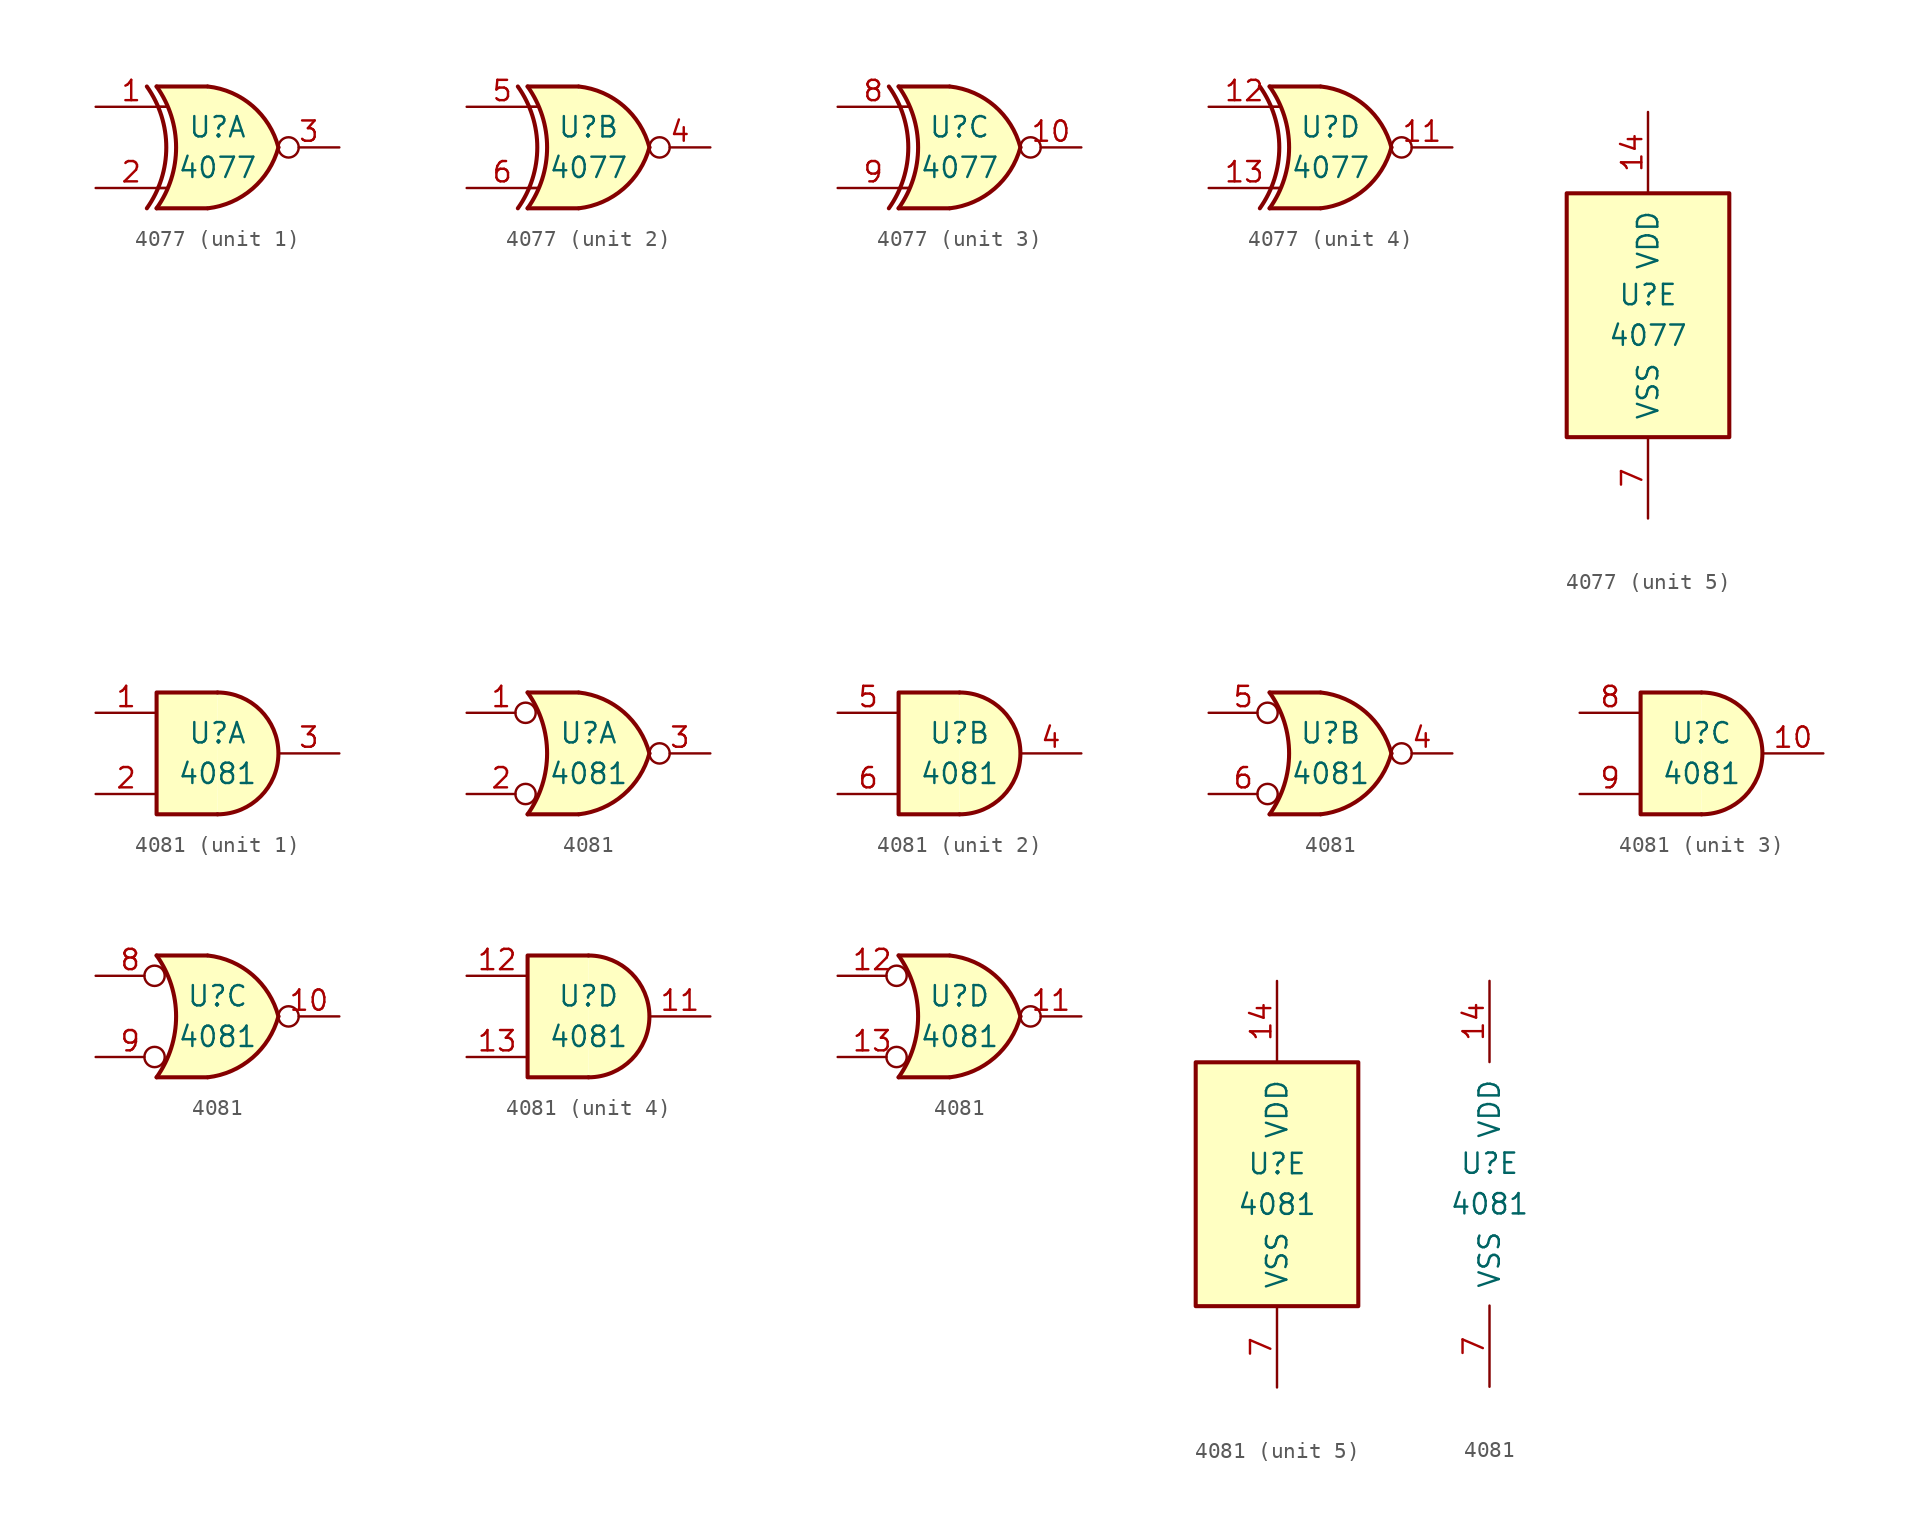
<source format=kicad_sym>
(kicad_symbol_lib
  (version 20241209)
  (generator "kicad_symbol_editor")
  (generator_version "9.0")
  (symbol "4077"
    (pin_names
      (offset 1.016))
    (property "Reference" "U"
      (at 0 1.27 0)
      (effects (font (size 1.27 1.27))))
    (property "Value" "4077"
      (at 0 -1.27 0)
      (effects (font (size 1.27 1.27))))
    (property "ki_locked" ""
      (at 0 0 0)
      (effects (font (size 1.27 1.27))))
    (symbol "4077_1_0"
      (arc (start -4.4196 3.81) (mid -3.2033 0) (end -4.4196 -3.81) (stroke (width 0.254) (type default)) (fill (type none)))
      (arc (start -3.81 3.81) (mid -2.589 0) (end -3.81 -3.81) (stroke (width 0.254) (type default)) (fill (type none)))
      (polyline (pts (xy -3.81 3.81) (xy -0.635 3.81)) (stroke (width 0.254) (type default)) (fill (type background)))
      (polyline (pts (xy -3.81 -3.81) (xy -0.635 -3.81)) (stroke (width 0.254) (type default)) (fill (type background)))
      (arc (start 3.81 0) (mid 2.1855 -2.584) (end -0.6096 -3.81) (stroke (width 0.254) (type default)) (fill (type background)))
      (arc (start -0.6096 3.81) (mid 2.1928 2.5924) (end 3.81 0) (stroke (width 0.254) (type default)) (fill (type background)))
      (polyline (pts (xy -0.635 3.81) (xy -3.81 3.81) (xy -3.81 3.81) (xy -3.556 3.404) (xy -3.023 2.261) (xy -2.692 1.041) (xy -2.616 -0.254) (xy -2.769 -1.499) (xy -3.175 -2.718) (xy -3.81 -3.81) (xy -3.81 -3.81) (xy -0.635 -3.81)) (stroke (width -25.4) (type default)) (fill (type background)))
      (pin input line (at -7.62 2.54 0) (length 4.445) (name "~" (effects (font (size 1.27 1.27)))) (number "1" (effects (font (size 1.27 1.27)))))
      (pin input line (at -7.62 -2.54 0) (length 4.445) (name "~" (effects (font (size 1.27 1.27)))) (number "2" (effects (font (size 1.27 1.27)))))
      (pin output inverted (at 7.62 0 180) (length 3.81) (name "~" (effects (font (size 1.27 1.27)))) (number "3" (effects (font (size 1.27 1.27))))))
    (symbol "4077_1_1"
      (polyline (pts (xy -3.81 2.54) (xy -3.175 2.54)) (stroke (width 0.152) (type default)) (fill (type none)))
      (polyline (pts (xy -3.81 -2.54) (xy -3.175 -2.54)) (stroke (width 0.152) (type default)) (fill (type none))))
    (symbol "4077_2_0"
      (arc (start -4.4196 3.81) (mid -3.2033 0) (end -4.4196 -3.81) (stroke (width 0.254) (type default)) (fill (type none)))
      (arc (start -3.81 3.81) (mid -2.589 0) (end -3.81 -3.81) (stroke (width 0.254) (type default)) (fill (type none)))
      (polyline (pts (xy -3.81 3.81) (xy -0.635 3.81)) (stroke (width 0.254) (type default)) (fill (type background)))
      (polyline (pts (xy -3.81 -3.81) (xy -0.635 -3.81)) (stroke (width 0.254) (type default)) (fill (type background)))
      (arc (start 3.81 0) (mid 2.1855 -2.584) (end -0.6096 -3.81) (stroke (width 0.254) (type default)) (fill (type background)))
      (arc (start -0.6096 3.81) (mid 2.1928 2.5924) (end 3.81 0) (stroke (width 0.254) (type default)) (fill (type background)))
      (polyline (pts (xy -0.635 3.81) (xy -3.81 3.81) (xy -3.81 3.81) (xy -3.556 3.404) (xy -3.023 2.261) (xy -2.692 1.041) (xy -2.616 -0.254) (xy -2.769 -1.499) (xy -3.175 -2.718) (xy -3.81 -3.81) (xy -3.81 -3.81) (xy -0.635 -3.81)) (stroke (width -25.4) (type default)) (fill (type background)))
      (pin input line (at -7.62 2.54 0) (length 4.445) (name "~" (effects (font (size 1.27 1.27)))) (number "5" (effects (font (size 1.27 1.27)))))
      (pin input line (at -7.62 -2.54 0) (length 4.445) (name "~" (effects (font (size 1.27 1.27)))) (number "6" (effects (font (size 1.27 1.27)))))
      (pin output inverted (at 7.62 0 180) (length 3.81) (name "~" (effects (font (size 1.27 1.27)))) (number "4" (effects (font (size 1.27 1.27))))))
    (symbol "4077_2_1"
      (polyline (pts (xy -3.81 2.54) (xy -3.175 2.54)) (stroke (width 0.152) (type default)) (fill (type none)))
      (polyline (pts (xy -3.81 -2.54) (xy -3.175 -2.54)) (stroke (width 0.152) (type default)) (fill (type none))))
    (symbol "4077_3_0"
      (arc (start -4.4196 3.81) (mid -3.2033 0) (end -4.4196 -3.81) (stroke (width 0.254) (type default)) (fill (type none)))
      (arc (start -3.81 3.81) (mid -2.589 0) (end -3.81 -3.81) (stroke (width 0.254) (type default)) (fill (type none)))
      (polyline (pts (xy -3.81 3.81) (xy -0.635 3.81)) (stroke (width 0.254) (type default)) (fill (type background)))
      (polyline (pts (xy -3.81 -3.81) (xy -0.635 -3.81)) (stroke (width 0.254) (type default)) (fill (type background)))
      (arc (start 3.81 0) (mid 2.1855 -2.584) (end -0.6096 -3.81) (stroke (width 0.254) (type default)) (fill (type background)))
      (arc (start -0.6096 3.81) (mid 2.1928 2.5924) (end 3.81 0) (stroke (width 0.254) (type default)) (fill (type background)))
      (polyline (pts (xy -0.635 3.81) (xy -3.81 3.81) (xy -3.81 3.81) (xy -3.556 3.404) (xy -3.023 2.261) (xy -2.692 1.041) (xy -2.616 -0.254) (xy -2.769 -1.499) (xy -3.175 -2.718) (xy -3.81 -3.81) (xy -3.81 -3.81) (xy -0.635 -3.81)) (stroke (width -25.4) (type default)) (fill (type background)))
      (pin input line (at -7.62 2.54 0) (length 4.445) (name "~" (effects (font (size 1.27 1.27)))) (number "8" (effects (font (size 1.27 1.27)))))
      (pin input line (at -7.62 -2.54 0) (length 4.445) (name "~" (effects (font (size 1.27 1.27)))) (number "9" (effects (font (size 1.27 1.27)))))
      (pin output inverted (at 7.62 0 180) (length 3.81) (name "~" (effects (font (size 1.27 1.27)))) (number "10" (effects (font (size 1.27 1.27))))))
    (symbol "4077_3_1"
      (polyline (pts (xy -3.81 2.54) (xy -3.175 2.54)) (stroke (width 0.152) (type default)) (fill (type none)))
      (polyline (pts (xy -3.81 -2.54) (xy -3.175 -2.54)) (stroke (width 0.152) (type default)) (fill (type none))))
    (symbol "4077_4_0"
      (arc (start -4.4196 3.81) (mid -3.2033 0) (end -4.4196 -3.81) (stroke (width 0.254) (type default)) (fill (type none)))
      (arc (start -3.81 3.81) (mid -2.589 0) (end -3.81 -3.81) (stroke (width 0.254) (type default)) (fill (type none)))
      (polyline (pts (xy -3.81 3.81) (xy -0.635 3.81)) (stroke (width 0.254) (type default)) (fill (type background)))
      (polyline (pts (xy -3.81 -3.81) (xy -0.635 -3.81)) (stroke (width 0.254) (type default)) (fill (type background)))
      (arc (start 3.81 0) (mid 2.1855 -2.584) (end -0.6096 -3.81) (stroke (width 0.254) (type default)) (fill (type background)))
      (arc (start -0.6096 3.81) (mid 2.1928 2.5924) (end 3.81 0) (stroke (width 0.254) (type default)) (fill (type background)))
      (polyline (pts (xy -0.635 3.81) (xy -3.81 3.81) (xy -3.81 3.81) (xy -3.556 3.404) (xy -3.023 2.261) (xy -2.692 1.041) (xy -2.616 -0.254) (xy -2.769 -1.499) (xy -3.175 -2.718) (xy -3.81 -3.81) (xy -3.81 -3.81) (xy -0.635 -3.81)) (stroke (width -25.4) (type default)) (fill (type background)))
      (pin input line (at -7.62 2.54 0) (length 4.445) (name "~" (effects (font (size 1.27 1.27)))) (number "12" (effects (font (size 1.27 1.27)))))
      (pin input line (at -7.62 -2.54 0) (length 4.445) (name "~" (effects (font (size 1.27 1.27)))) (number "13" (effects (font (size 1.27 1.27)))))
      (pin output inverted (at 7.62 0 180) (length 3.81) (name "~" (effects (font (size 1.27 1.27)))) (number "11" (effects (font (size 1.27 1.27))))))
    (symbol "4077_4_1"
      (polyline (pts (xy -3.81 2.54) (xy -3.175 2.54)) (stroke (width 0.152) (type default)) (fill (type none)))
      (polyline (pts (xy -3.81 -2.54) (xy -3.175 -2.54)) (stroke (width 0.152) (type default)) (fill (type none))))
    (symbol "4077_5_0"
      (pin power_in line (at 0 12.7 270) (length 5.08) (name "VDD" (effects (font (size 1.27 1.27)))) (number "14" (effects (font (size 1.27 1.27)))))
      (pin power_in line (at 0 -12.7 90) (length 5.08) (name "VSS" (effects (font (size 1.27 1.27)))) (number "7" (effects (font (size 1.27 1.27))))))
    (symbol "4077_5_1"
      (rectangle (start -5.08 7.62) (end 5.08 -7.62) (stroke (width 0.254) (type default)) (fill (type background)))))
  (symbol "4081"
    (pin_names
      (offset 1.016))
    (property "Reference" "U"
      (at 0 1.27 0)
      (effects (font (size 1.27 1.27))))
    (property "Value" "4081"
      (at 0 -1.27 0)
      (effects (font (size 1.27 1.27))))
    (property "ki_locked" ""
      (at 0 0 0)
      (effects (font (size 1.27 1.27))))
    (symbol "4081_1_1"
      (arc (start 0 3.81) (mid 3.7934 0) (end 0 -3.81) (stroke (width 0.254) (type default)) (fill (type background)))
      (polyline (pts (xy 0 3.81) (xy -3.81 3.81) (xy -3.81 -3.81) (xy 0 -3.81)) (stroke (width 0.254) (type default)) (fill (type background)))
      (pin input line (at -7.62 2.54 0) (length 3.81) (name "~" (effects (font (size 1.27 1.27)))) (number "1" (effects (font (size 1.27 1.27)))))
      (pin input line (at -7.62 -2.54 0) (length 3.81) (name "~" (effects (font (size 1.27 1.27)))) (number "2" (effects (font (size 1.27 1.27)))))
      (pin output line (at 7.62 0 180) (length 3.81) (name "~" (effects (font (size 1.27 1.27)))) (number "3" (effects (font (size 1.27 1.27))))))
    (symbol "4081_1_2"
      (arc (start -3.81 3.81) (mid -2.589 0) (end -3.81 -3.81) (stroke (width 0.254) (type default)) (fill (type none)))
      (polyline (pts (xy -3.81 3.81) (xy -0.635 3.81)) (stroke (width 0.254) (type default)) (fill (type background)))
      (polyline (pts (xy -3.81 -3.81) (xy -0.635 -3.81)) (stroke (width 0.254) (type default)) (fill (type background)))
      (arc (start 3.81 0) (mid 2.1855 -2.584) (end -0.6096 -3.81) (stroke (width 0.254) (type default)) (fill (type background)))
      (arc (start -0.6096 3.81) (mid 2.1928 2.5924) (end 3.81 0) (stroke (width 0.254) (type default)) (fill (type background)))
      (polyline (pts (xy -0.635 3.81) (xy -3.81 3.81) (xy -3.81 3.81) (xy -3.556 3.404) (xy -3.023 2.261) (xy -2.692 1.041) (xy -2.616 -0.254) (xy -2.769 -1.499) (xy -3.175 -2.718) (xy -3.81 -3.81) (xy -3.81 -3.81) (xy -0.635 -3.81)) (stroke (width -25.4) (type default)) (fill (type background)))
      (pin input inverted (at -7.62 2.54 0) (length 4.318) (name "~" (effects (font (size 1.27 1.27)))) (number "1" (effects (font (size 1.27 1.27)))))
      (pin input inverted (at -7.62 -2.54 0) (length 4.318) (name "~" (effects (font (size 1.27 1.27)))) (number "2" (effects (font (size 1.27 1.27)))))
      (pin output inverted (at 7.62 0 180) (length 3.81) (name "~" (effects (font (size 1.27 1.27)))) (number "3" (effects (font (size 1.27 1.27))))))
    (symbol "4081_2_1"
      (arc (start 0 3.81) (mid 3.7934 0) (end 0 -3.81) (stroke (width 0.254) (type default)) (fill (type background)))
      (polyline (pts (xy 0 3.81) (xy -3.81 3.81) (xy -3.81 -3.81) (xy 0 -3.81)) (stroke (width 0.254) (type default)) (fill (type background)))
      (pin input line (at -7.62 2.54 0) (length 3.81) (name "~" (effects (font (size 1.27 1.27)))) (number "5" (effects (font (size 1.27 1.27)))))
      (pin input line (at -7.62 -2.54 0) (length 3.81) (name "~" (effects (font (size 1.27 1.27)))) (number "6" (effects (font (size 1.27 1.27)))))
      (pin output line (at 7.62 0 180) (length 3.81) (name "~" (effects (font (size 1.27 1.27)))) (number "4" (effects (font (size 1.27 1.27))))))
    (symbol "4081_2_2"
      (arc (start -3.81 3.81) (mid -2.589 0) (end -3.81 -3.81) (stroke (width 0.254) (type default)) (fill (type none)))
      (polyline (pts (xy -3.81 3.81) (xy -0.635 3.81)) (stroke (width 0.254) (type default)) (fill (type background)))
      (polyline (pts (xy -3.81 -3.81) (xy -0.635 -3.81)) (stroke (width 0.254) (type default)) (fill (type background)))
      (arc (start 3.81 0) (mid 2.1855 -2.584) (end -0.6096 -3.81) (stroke (width 0.254) (type default)) (fill (type background)))
      (arc (start -0.6096 3.81) (mid 2.1928 2.5924) (end 3.81 0) (stroke (width 0.254) (type default)) (fill (type background)))
      (polyline (pts (xy -0.635 3.81) (xy -3.81 3.81) (xy -3.81 3.81) (xy -3.556 3.404) (xy -3.023 2.261) (xy -2.692 1.041) (xy -2.616 -0.254) (xy -2.769 -1.499) (xy -3.175 -2.718) (xy -3.81 -3.81) (xy -3.81 -3.81) (xy -0.635 -3.81)) (stroke (width -25.4) (type default)) (fill (type background)))
      (pin input inverted (at -7.62 2.54 0) (length 4.318) (name "~" (effects (font (size 1.27 1.27)))) (number "5" (effects (font (size 1.27 1.27)))))
      (pin input inverted (at -7.62 -2.54 0) (length 4.318) (name "~" (effects (font (size 1.27 1.27)))) (number "6" (effects (font (size 1.27 1.27)))))
      (pin output inverted (at 7.62 0 180) (length 3.81) (name "~" (effects (font (size 1.27 1.27)))) (number "4" (effects (font (size 1.27 1.27))))))
    (symbol "4081_3_1"
      (arc (start 0 3.81) (mid 3.7934 0) (end 0 -3.81) (stroke (width 0.254) (type default)) (fill (type background)))
      (polyline (pts (xy 0 3.81) (xy -3.81 3.81) (xy -3.81 -3.81) (xy 0 -3.81)) (stroke (width 0.254) (type default)) (fill (type background)))
      (pin input line (at -7.62 2.54 0) (length 3.81) (name "~" (effects (font (size 1.27 1.27)))) (number "8" (effects (font (size 1.27 1.27)))))
      (pin input line (at -7.62 -2.54 0) (length 3.81) (name "~" (effects (font (size 1.27 1.27)))) (number "9" (effects (font (size 1.27 1.27)))))
      (pin output line (at 7.62 0 180) (length 3.81) (name "~" (effects (font (size 1.27 1.27)))) (number "10" (effects (font (size 1.27 1.27))))))
    (symbol "4081_3_2"
      (arc (start -3.81 3.81) (mid -2.589 0) (end -3.81 -3.81) (stroke (width 0.254) (type default)) (fill (type none)))
      (polyline (pts (xy -3.81 3.81) (xy -0.635 3.81)) (stroke (width 0.254) (type default)) (fill (type background)))
      (polyline (pts (xy -3.81 -3.81) (xy -0.635 -3.81)) (stroke (width 0.254) (type default)) (fill (type background)))
      (arc (start 3.81 0) (mid 2.1855 -2.584) (end -0.6096 -3.81) (stroke (width 0.254) (type default)) (fill (type background)))
      (arc (start -0.6096 3.81) (mid 2.1928 2.5924) (end 3.81 0) (stroke (width 0.254) (type default)) (fill (type background)))
      (polyline (pts (xy -0.635 3.81) (xy -3.81 3.81) (xy -3.81 3.81) (xy -3.556 3.404) (xy -3.023 2.261) (xy -2.692 1.041) (xy -2.616 -0.254) (xy -2.769 -1.499) (xy -3.175 -2.718) (xy -3.81 -3.81) (xy -3.81 -3.81) (xy -0.635 -3.81)) (stroke (width -25.4) (type default)) (fill (type background)))
      (pin input inverted (at -7.62 2.54 0) (length 4.318) (name "~" (effects (font (size 1.27 1.27)))) (number "8" (effects (font (size 1.27 1.27)))))
      (pin input inverted (at -7.62 -2.54 0) (length 4.318) (name "~" (effects (font (size 1.27 1.27)))) (number "9" (effects (font (size 1.27 1.27)))))
      (pin output inverted (at 7.62 0 180) (length 3.81) (name "~" (effects (font (size 1.27 1.27)))) (number "10" (effects (font (size 1.27 1.27))))))
    (symbol "4081_4_1"
      (arc (start 0 3.81) (mid 3.7934 0) (end 0 -3.81) (stroke (width 0.254) (type default)) (fill (type background)))
      (polyline (pts (xy 0 3.81) (xy -3.81 3.81) (xy -3.81 -3.81) (xy 0 -3.81)) (stroke (width 0.254) (type default)) (fill (type background)))
      (pin input line (at -7.62 2.54 0) (length 3.81) (name "~" (effects (font (size 1.27 1.27)))) (number "12" (effects (font (size 1.27 1.27)))))
      (pin input line (at -7.62 -2.54 0) (length 3.81) (name "~" (effects (font (size 1.27 1.27)))) (number "13" (effects (font (size 1.27 1.27)))))
      (pin output line (at 7.62 0 180) (length 3.81) (name "~" (effects (font (size 1.27 1.27)))) (number "11" (effects (font (size 1.27 1.27))))))
    (symbol "4081_4_2"
      (arc (start -3.81 3.81) (mid -2.589 0) (end -3.81 -3.81) (stroke (width 0.254) (type default)) (fill (type none)))
      (polyline (pts (xy -3.81 3.81) (xy -0.635 3.81)) (stroke (width 0.254) (type default)) (fill (type background)))
      (polyline (pts (xy -3.81 -3.81) (xy -0.635 -3.81)) (stroke (width 0.254) (type default)) (fill (type background)))
      (arc (start 3.81 0) (mid 2.1855 -2.584) (end -0.6096 -3.81) (stroke (width 0.254) (type default)) (fill (type background)))
      (arc (start -0.6096 3.81) (mid 2.1928 2.5924) (end 3.81 0) (stroke (width 0.254) (type default)) (fill (type background)))
      (polyline (pts (xy -0.635 3.81) (xy -3.81 3.81) (xy -3.81 3.81) (xy -3.556 3.404) (xy -3.023 2.261) (xy -2.692 1.041) (xy -2.616 -0.254) (xy -2.769 -1.499) (xy -3.175 -2.718) (xy -3.81 -3.81) (xy -3.81 -3.81) (xy -0.635 -3.81)) (stroke (width -25.4) (type default)) (fill (type background)))
      (pin input inverted (at -7.62 2.54 0) (length 4.318) (name "~" (effects (font (size 1.27 1.27)))) (number "12" (effects (font (size 1.27 1.27)))))
      (pin input inverted (at -7.62 -2.54 0) (length 4.318) (name "~" (effects (font (size 1.27 1.27)))) (number "13" (effects (font (size 1.27 1.27)))))
      (pin output inverted (at 7.62 0 180) (length 3.81) (name "~" (effects (font (size 1.27 1.27)))) (number "11" (effects (font (size 1.27 1.27))))))
    (symbol "4081_5_0"
      (pin power_in line (at 0 12.7 270) (length 5.08) (name "VDD" (effects (font (size 1.27 1.27)))) (number "14" (effects (font (size 1.27 1.27)))))
      (pin power_in line (at 0 -12.7 90) (length 5.08) (name "VSS" (effects (font (size 1.27 1.27)))) (number "7" (effects (font (size 1.27 1.27))))))
    (symbol "4081_5_1"
      (rectangle (start -5.08 7.62) (end 5.08 -7.62) (stroke (width 0.254) (type default)) (fill (type background))))))
</source>
